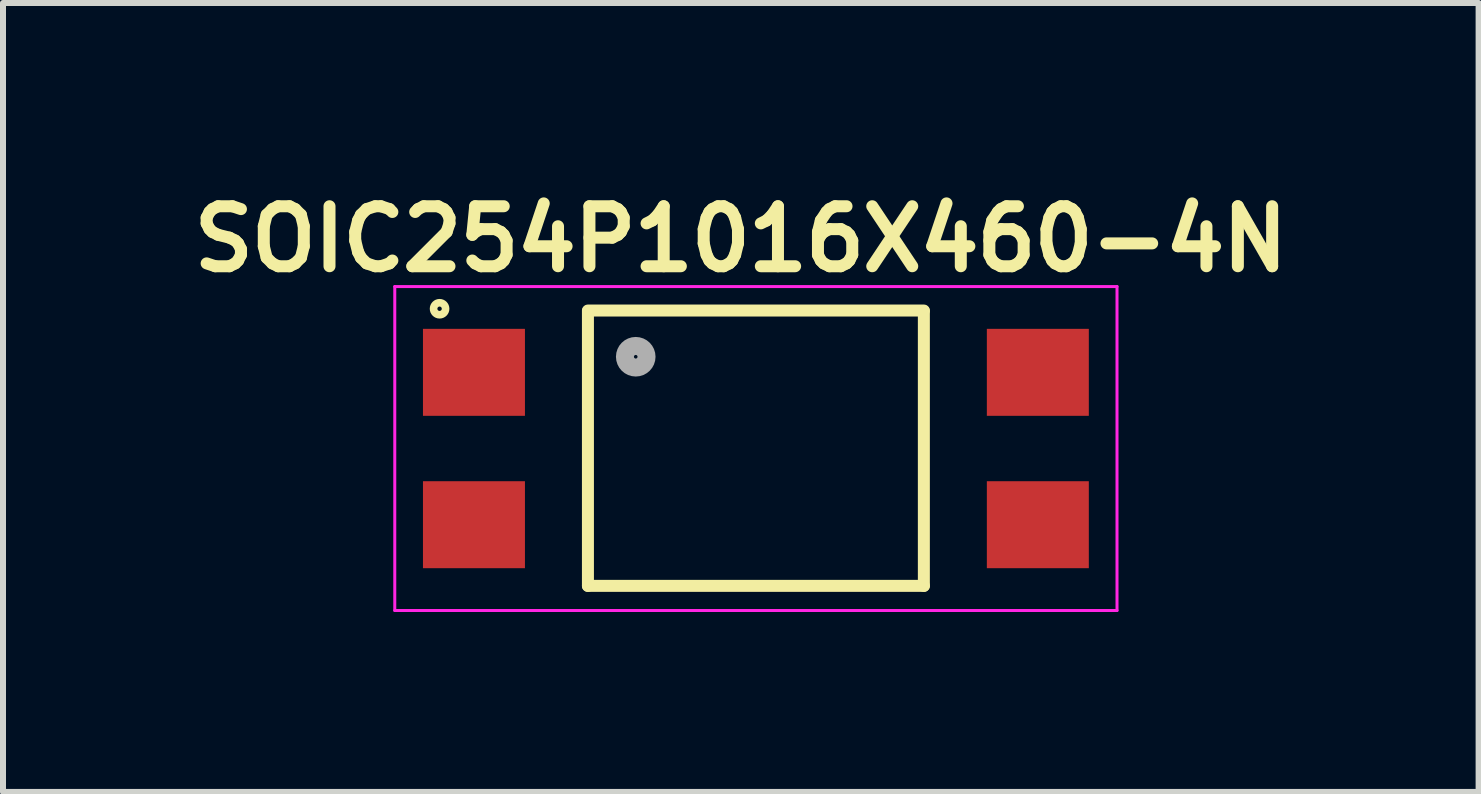
<source format=kicad_pcb>
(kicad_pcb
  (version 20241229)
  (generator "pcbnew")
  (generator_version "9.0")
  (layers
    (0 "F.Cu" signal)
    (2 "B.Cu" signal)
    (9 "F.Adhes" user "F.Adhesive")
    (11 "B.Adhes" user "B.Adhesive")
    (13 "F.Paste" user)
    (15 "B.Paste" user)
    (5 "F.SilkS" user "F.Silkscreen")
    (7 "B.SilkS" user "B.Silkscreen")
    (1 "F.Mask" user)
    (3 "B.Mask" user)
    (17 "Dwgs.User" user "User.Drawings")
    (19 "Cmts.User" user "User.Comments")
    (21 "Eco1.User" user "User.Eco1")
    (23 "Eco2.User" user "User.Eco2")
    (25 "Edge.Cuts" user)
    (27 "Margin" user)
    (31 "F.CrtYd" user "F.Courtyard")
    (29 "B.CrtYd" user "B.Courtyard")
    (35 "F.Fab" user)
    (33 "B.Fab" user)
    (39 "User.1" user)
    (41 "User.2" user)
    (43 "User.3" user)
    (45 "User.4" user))
  (footprint "SOIC254P1016X460-4N"
    (layer "F.Cu")
    (at 9.551 4.427)
    (property "Reference" "SOIC254P1016X460-4N" (at -0.251 -3.491 0) (layer "F.SilkS") (effects (font (size 1 1) (thickness 0.2) (bold yes))))
    (attr smd)
    (fp_line (start -2.8 -2.3) (end 2.8 -2.3) (stroke (width 0.2) (type solid)) (layer "F.SilkS"))
    (fp_line (start -2.8 2.29) (end -2.8 -2.29) (stroke (width 0.2) (type solid)) (layer "F.SilkS"))
    (fp_line (start 2.8 -2.29) (end 2.8 2.29) (stroke (width 0.2) (type solid)) (layer "F.SilkS"))
    (fp_line (start 2.8 2.29) (end -2.8 2.29) (stroke (width 0.2) (type solid)) (layer "F.SilkS"))
    (fp_circle (center -5.273 -2.33) (end -5.173 -2.33) (stroke (width 0.127) (type solid)) (fill no) (layer "F.SilkS"))
    (fp_line (start -6.02 -2.7) (end 6.02 -2.7) (stroke (width 0.05) (type solid)) (layer "F.CrtYd"))
    (fp_line (start -6.02 2.7) (end -6.02 -2.7) (stroke (width 0.05) (type solid)) (layer "F.CrtYd"))
    (fp_line (start 6.02 -2.7) (end 6.02 2.7) (stroke (width 0.05) (type solid)) (layer "F.CrtYd"))
    (fp_line (start 6.02 2.7) (end -6.02 2.7) (stroke (width 0.05) (type solid)) (layer "F.CrtYd"))
    (fp_circle (center -2.003 -1.53) (end -1.823 -1.53) (stroke (width 0.3) (type solid)) (fill no) (layer "F.Fab"))
    (pad "1" smd rect (at -4.7 -1.27 180) (size 1.7 1.45) (layers "F.Cu" "F.Mask" "F.Paste"))
    (pad "2" smd rect (at -4.7 1.27 180) (size 1.7 1.45) (layers "F.Cu" "F.Mask" "F.Paste"))
    (pad "3" smd rect (at 4.7 1.27 180) (size 1.7 1.45) (layers "F.Cu" "F.Mask" "F.Paste"))
    (pad "4" smd rect (at 4.7 -1.27 180) (size 1.7 1.45) (layers "F.Cu" "F.Mask" "F.Paste")))
  (gr_rect
    (start -3 -3)
    (end 21.599 10.152)
    (stroke (width 0.1) (type default))
    (fill no)
    (layer "Edge.Cuts")))
</source>
